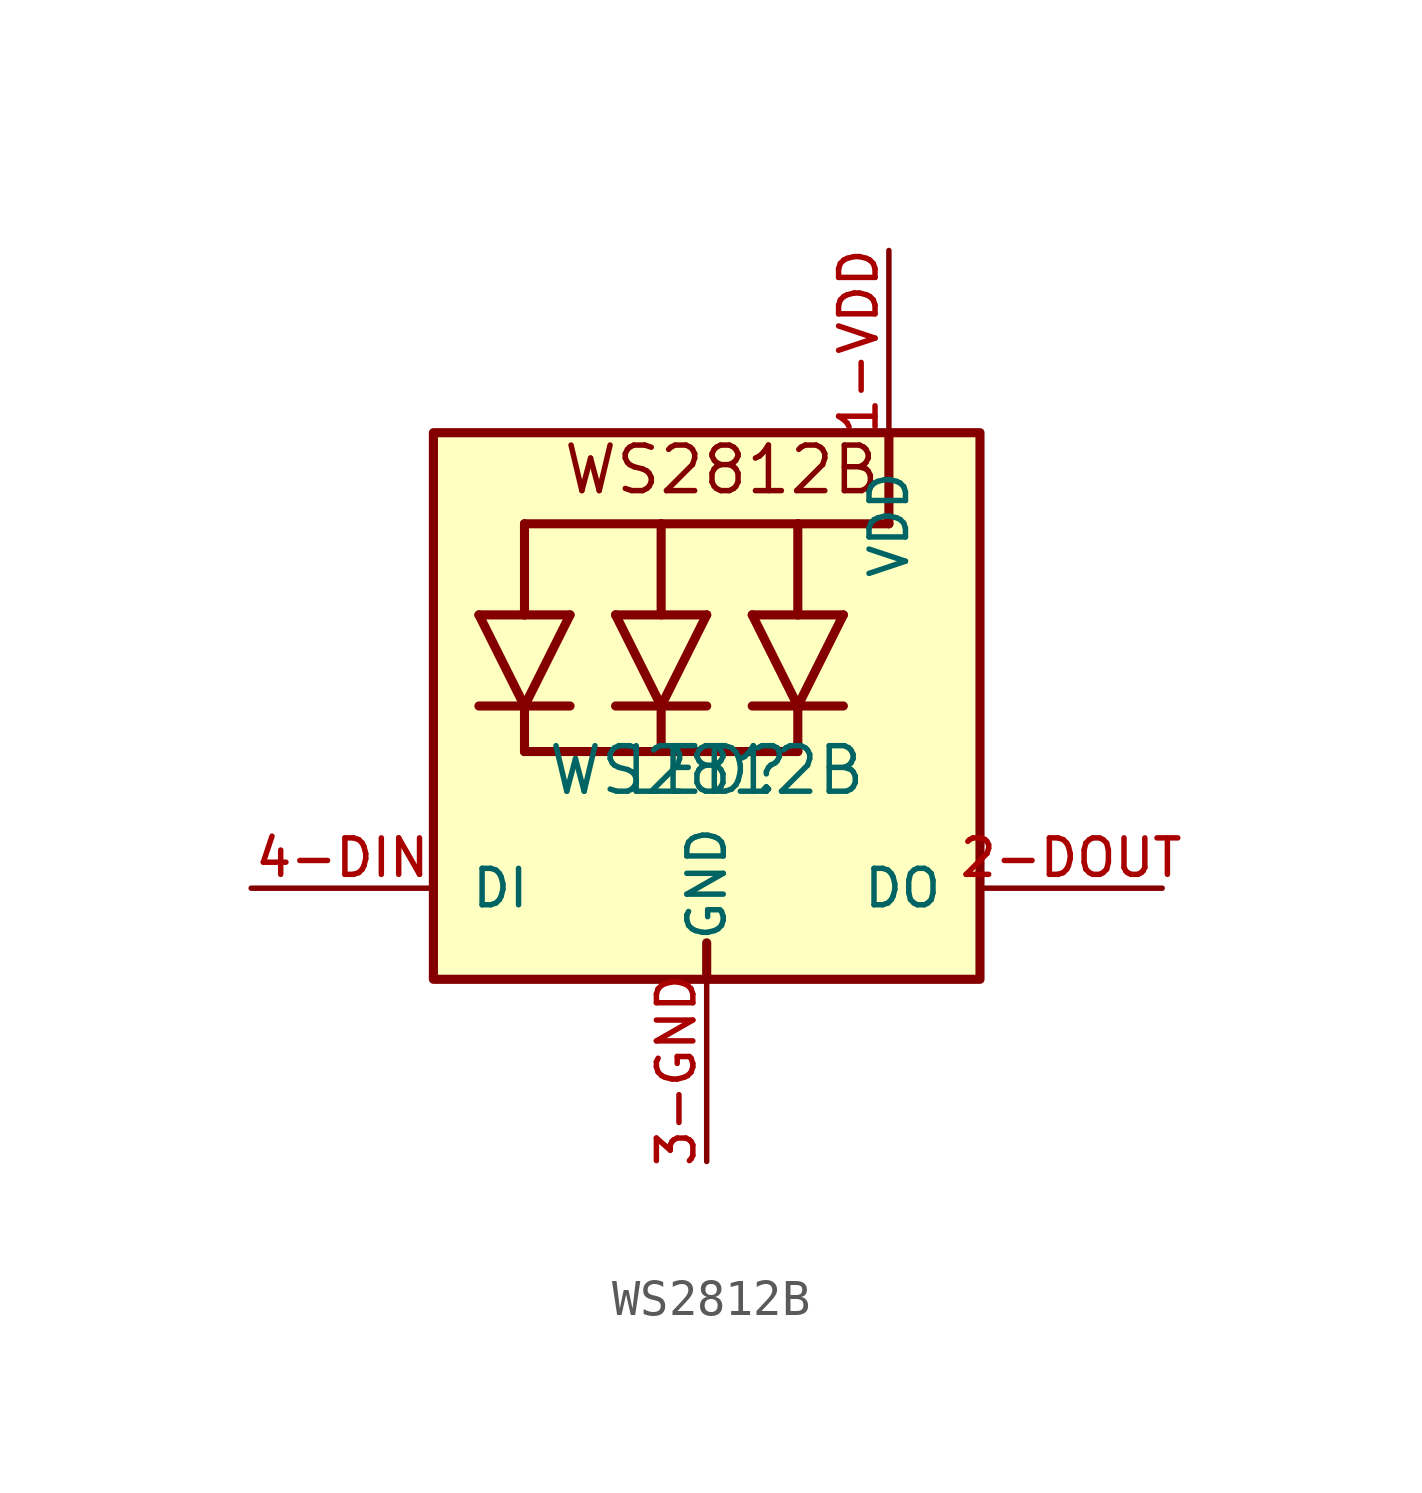
<source format=kicad_sym>
(kicad_symbol_lib
  (version 20211014)
  (generator kicad_symbol_editor)
  (symbol "WS2812B"
    (pin_names
      (offset 1.016))
    (property "Reference" "LED"
      (at 0 0 0)
      (effects (font (size 1.27 1.27)) (justify bottom)))
    (property "Value" "WS2812B"
      (at 0 0.0 0)
      (effects (font (size 1.27 1.27)) (justify bottom)))
    (symbol "WS2812B_0_0"
      (polyline (pts (xy -6.35 5.08) (xy -5.08 5.08)) (stroke (width 0.254)))
      (polyline (pts (xy -5.08 2.54) (xy -6.35 5.08)) (stroke (width 0.254)))
      (polyline (pts (xy 2.54 2.54) (xy 3.81 5.08)) (stroke (width 0.254)))
      (polyline (pts (xy 3.81 5.08) (xy 2.54 5.08)) (stroke (width 0.254)))
      (polyline (pts (xy -6.35 2.54) (xy -5.08 2.54)) (stroke (width 0.254)))
      (polyline (pts (xy 2.54 2.54) (xy 3.81 2.54)) (stroke (width 0.254)))
      (polyline (pts (xy -1.27 2.54) (xy -1.27 1.27)) (stroke (width 0.254)))
      (polyline (pts (xy -1.27 7.62) (xy -5.08 7.62)) (stroke (width 0.254)))
      (polyline (pts (xy -5.08 7.62) (xy -5.08 5.08)) (stroke (width 0.254)))
      (polyline (pts (xy -1.27 5.08) (xy -1.27 7.62)) (stroke (width 0.254)))
      (polyline (pts (xy 2.54 5.08) (xy 2.54 7.62)) (stroke (width 0.254)))
      (polyline (pts (xy 2.54 7.62) (xy -1.27 7.62)) (stroke (width 0.254)))
      (polyline (pts (xy -5.08 5.08) (xy -3.81 5.08)) (stroke (width 0.254)))
      (polyline (pts (xy -5.08 2.54) (xy -3.81 5.08)) (stroke (width 0.254)))
      (polyline (pts (xy 1.27 5.08) (xy 2.54 2.54)) (stroke (width 0.254)))
      (polyline (pts (xy 1.27 5.08) (xy 2.54 5.08)) (stroke (width 0.254)))
      (polyline (pts (xy -5.08 2.54) (xy -5.08 1.27)) (stroke (width 0.254)))
      (polyline (pts (xy 2.54 1.27) (xy -1.27 1.27)) (stroke (width 0.254)))
      (polyline (pts (xy -1.27 1.27) (xy -5.08 1.27)) (stroke (width 0.254)))
      (polyline (pts (xy 0.0 -4.064) (xy 0.0 -5.08)) (stroke (width 0.254)))
      (text "WS2812B" (at -4.064 8.382 0) (effects (font (size 1.27 1.27)) (justify bottom left)))
      (polyline (pts (xy -3.81 2.54) (xy -5.08 2.54)) (stroke (width 0.254)))
      (polyline (pts (xy -2.54 2.54) (xy -1.27 2.54)) (stroke (width 0.254)))
      (polyline (pts (xy -1.27 2.54) (xy 0.0 2.54)) (stroke (width 0.254)))
      (polyline (pts (xy -1.27 2.54) (xy -2.54 5.08)) (stroke (width 0.254)))
      (polyline (pts (xy -2.54 5.08) (xy 0.0 5.08)) (stroke (width 0.254)))
      (polyline (pts (xy 0.0 5.08) (xy -1.27 2.54)) (stroke (width 0.254)))
      (polyline (pts (xy 2.54 2.54) (xy 1.27 2.54)) (stroke (width 0.254)))
      (polyline (pts (xy 2.54 2.54) (xy 2.54 1.27)) (stroke (width 0.254)))
      (polyline (pts (xy 5.08 10.16) (xy 5.08 7.62)) (stroke (width 0.254)))
      (polyline (pts (xy 2.54 7.62) (xy 5.08 7.62)) (stroke (width 0.254)))
      (rectangle (start -7.62 -5.08) (end 7.62 10.16) (stroke (width 0.254)) (fill (type background)))
      (pin power_in line (at 5.08 15.24 270.0) (length 5.08) (name "VDD" (effects (font (size 1.016 1.016)))) (number "1-VDD" (effects (font (size 1.016 1.016)))))
      (pin input line (at -12.7 -2.54 0) (length 5.08) (name "DI" (effects (font (size 1.016 1.016)))) (number "4-DIN" (effects (font (size 1.016 1.016)))))
      (pin power_in line (at 0.0 -10.16 90.0) (length 5.08) (name "GND" (effects (font (size 1.016 1.016)))) (number "3-GND" (effects (font (size 1.016 1.016)))))
      (pin output line (at 12.7 -2.54 180.0) (length 5.08) (name "DO" (effects (font (size 1.016 1.016)))) (number "2-DOUT" (effects (font (size 1.016 1.016))))))))
</source>
